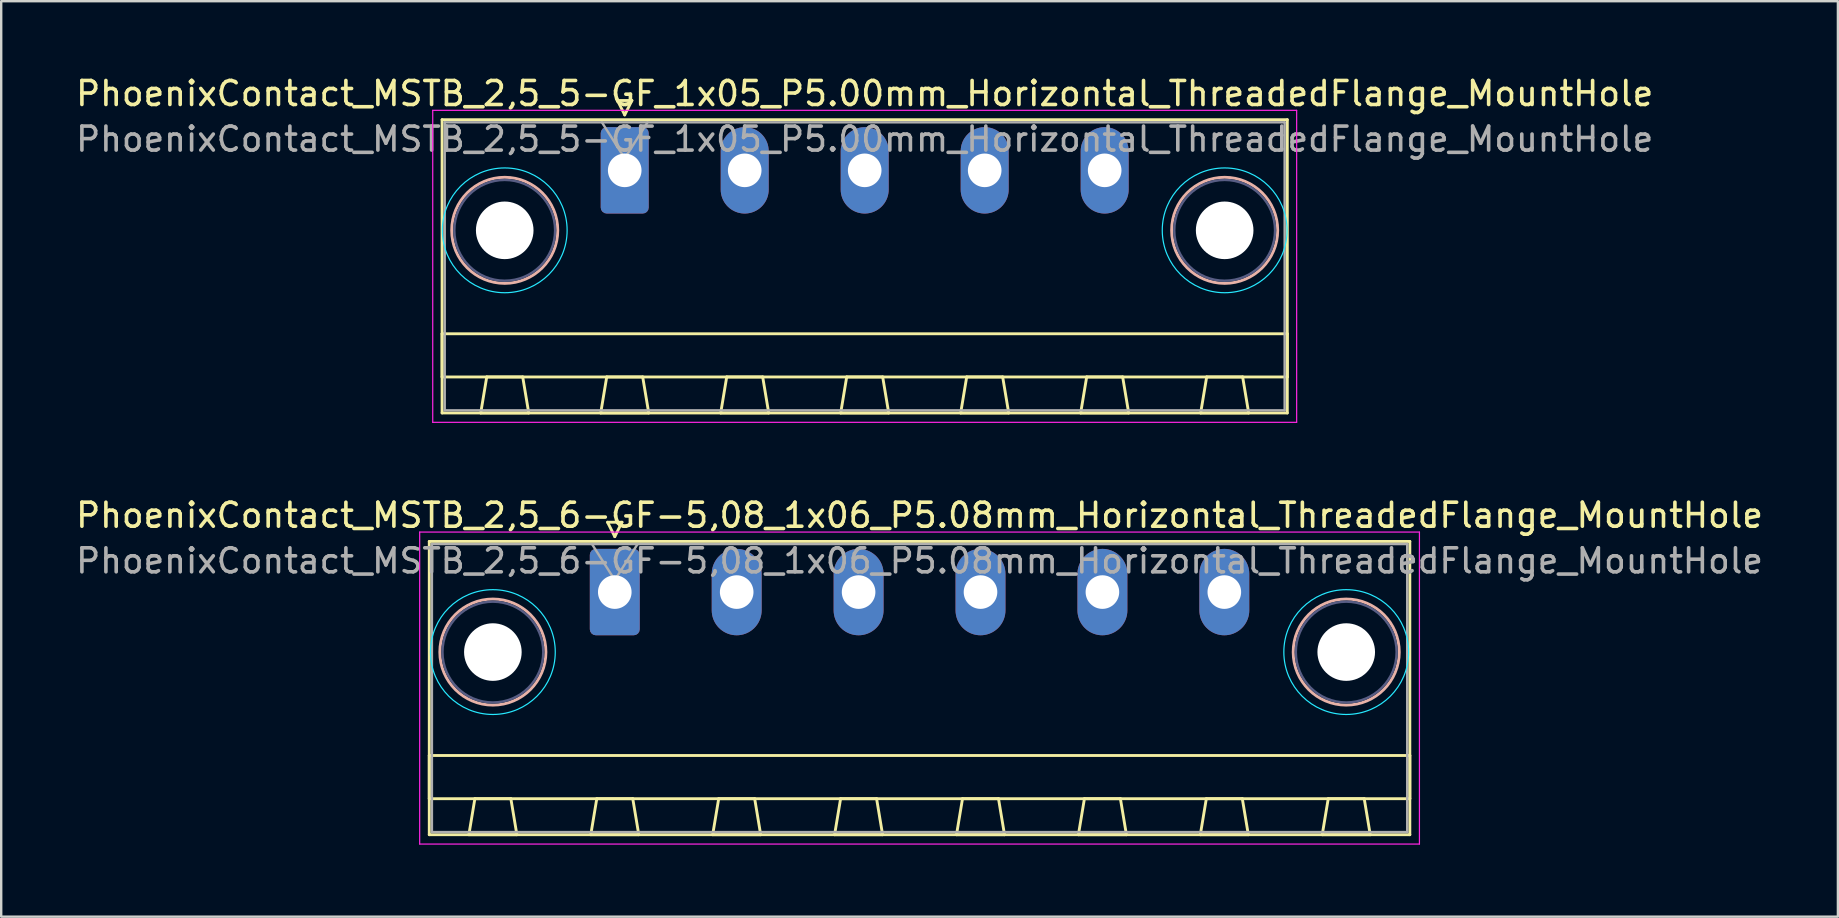
<source format=kicad_pcb>
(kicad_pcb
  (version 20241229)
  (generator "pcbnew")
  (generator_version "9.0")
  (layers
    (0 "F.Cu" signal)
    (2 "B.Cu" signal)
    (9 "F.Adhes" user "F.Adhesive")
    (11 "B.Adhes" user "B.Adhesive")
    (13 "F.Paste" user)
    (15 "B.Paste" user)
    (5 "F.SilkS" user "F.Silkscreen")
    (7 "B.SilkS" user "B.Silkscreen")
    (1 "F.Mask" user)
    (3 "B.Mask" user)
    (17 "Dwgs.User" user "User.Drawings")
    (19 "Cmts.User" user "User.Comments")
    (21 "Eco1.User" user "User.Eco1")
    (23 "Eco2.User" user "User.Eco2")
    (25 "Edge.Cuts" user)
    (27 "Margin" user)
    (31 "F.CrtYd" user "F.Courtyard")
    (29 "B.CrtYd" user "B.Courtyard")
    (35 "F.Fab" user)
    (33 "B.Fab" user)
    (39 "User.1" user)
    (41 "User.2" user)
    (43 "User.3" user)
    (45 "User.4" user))
  (footprint "PhoenixContact_MSTB_2,5_6-GF-5,08_1x06_P5.08mm_Horizontal_ThreadedFlange_MountHole"
    (layer "F.Cu")
    (at 22.568 21.622)
    (property "Reference" "PhoenixContact_MSTB_2,5_6-GF-5,08_1x06_P5.08mm_Horizontal_ThreadedFlange_MountHole" (at 12.7 -3.2 0) (layer "F.SilkS") (effects (font (size 1 1) (thickness 0.15))))
    (attr through_hole)
    (fp_line (start -7.73 -2.11) (end -7.73 10.11) (stroke (width 0.12) (type solid)) (layer "F.SilkS"))
    (fp_line (start -7.73 6.81) (end 33.13 6.81) (stroke (width 0.12) (type solid)) (layer "F.SilkS"))
    (fp_line (start -7.73 8.61) (end -7.73 6.81) (stroke (width 0.12) (type solid)) (layer "F.SilkS"))
    (fp_line (start -7.73 10.11) (end 33.13 10.11) (stroke (width 0.12) (type solid)) (layer "F.SilkS"))
    (fp_line (start -6.08 10.11) (end -4.08 10.11) (stroke (width 0.12) (type solid)) (layer "F.SilkS"))
    (fp_line (start -5.83 8.61) (end -6.08 10.11) (stroke (width 0.12) (type solid)) (layer "F.SilkS"))
    (fp_line (start -4.33 8.61) (end -5.83 8.61) (stroke (width 0.12) (type solid)) (layer "F.SilkS"))
    (fp_line (start -4.08 10.11) (end -4.33 8.61) (stroke (width 0.12) (type solid)) (layer "F.SilkS"))
    (fp_line (start -1 10.11) (end 1 10.11) (stroke (width 0.12) (type solid)) (layer "F.SilkS"))
    (fp_line (start -0.75 8.61) (end -1 10.11) (stroke (width 0.12) (type solid)) (layer "F.SilkS"))
    (fp_line (start -0.3 -2.91) (end 0.3 -2.91) (stroke (width 0.12) (type solid)) (layer "F.SilkS"))
    (fp_line (start 0 -2.31) (end -0.3 -2.91) (stroke (width 0.12) (type solid)) (layer "F.SilkS"))
    (fp_line (start 0.3 -2.91) (end 0 -2.31) (stroke (width 0.12) (type solid)) (layer "F.SilkS"))
    (fp_line (start 0.75 8.61) (end -0.75 8.61) (stroke (width 0.12) (type solid)) (layer "F.SilkS"))
    (fp_line (start 1 10.11) (end 0.75 8.61) (stroke (width 0.12) (type solid)) (layer "F.SilkS"))
    (fp_line (start 4.08 10.11) (end 6.08 10.11) (stroke (width 0.12) (type solid)) (layer "F.SilkS"))
    (fp_line (start 4.33 8.61) (end 4.08 10.11) (stroke (width 0.12) (type solid)) (layer "F.SilkS"))
    (fp_line (start 5.83 8.61) (end 4.33 8.61) (stroke (width 0.12) (type solid)) (layer "F.SilkS"))
    (fp_line (start 6.08 10.11) (end 5.83 8.61) (stroke (width 0.12) (type solid)) (layer "F.SilkS"))
    (fp_line (start 9.16 10.11) (end 11.16 10.11) (stroke (width 0.12) (type solid)) (layer "F.SilkS"))
    (fp_line (start 9.41 8.61) (end 9.16 10.11) (stroke (width 0.12) (type solid)) (layer "F.SilkS"))
    (fp_line (start 10.91 8.61) (end 9.41 8.61) (stroke (width 0.12) (type solid)) (layer "F.SilkS"))
    (fp_line (start 11.16 10.11) (end 10.91 8.61) (stroke (width 0.12) (type solid)) (layer "F.SilkS"))
    (fp_line (start 14.24 10.11) (end 16.24 10.11) (stroke (width 0.12) (type solid)) (layer "F.SilkS"))
    (fp_line (start 14.49 8.61) (end 14.24 10.11) (stroke (width 0.12) (type solid)) (layer "F.SilkS"))
    (fp_line (start 15.99 8.61) (end 14.49 8.61) (stroke (width 0.12) (type solid)) (layer "F.SilkS"))
    (fp_line (start 16.24 10.11) (end 15.99 8.61) (stroke (width 0.12) (type solid)) (layer "F.SilkS"))
    (fp_line (start 19.32 10.11) (end 21.32 10.11) (stroke (width 0.12) (type solid)) (layer "F.SilkS"))
    (fp_line (start 19.57 8.61) (end 19.32 10.11) (stroke (width 0.12) (type solid)) (layer "F.SilkS"))
    (fp_line (start 21.07 8.61) (end 19.57 8.61) (stroke (width 0.12) (type solid)) (layer "F.SilkS"))
    (fp_line (start 21.32 10.11) (end 21.07 8.61) (stroke (width 0.12) (type solid)) (layer "F.SilkS"))
    (fp_line (start 24.4 10.11) (end 26.4 10.11) (stroke (width 0.12) (type solid)) (layer "F.SilkS"))
    (fp_line (start 24.65 8.61) (end 24.4 10.11) (stroke (width 0.12) (type solid)) (layer "F.SilkS"))
    (fp_line (start 26.15 8.61) (end 24.65 8.61) (stroke (width 0.12) (type solid)) (layer "F.SilkS"))
    (fp_line (start 26.4 10.11) (end 26.15 8.61) (stroke (width 0.12) (type solid)) (layer "F.SilkS"))
    (fp_line (start 29.48 10.11) (end 31.48 10.11) (stroke (width 0.12) (type solid)) (layer "F.SilkS"))
    (fp_line (start 29.73 8.61) (end 29.48 10.11) (stroke (width 0.12) (type solid)) (layer "F.SilkS"))
    (fp_line (start 31.23 8.61) (end 29.73 8.61) (stroke (width 0.12) (type solid)) (layer "F.SilkS"))
    (fp_line (start 31.48 10.11) (end 31.23 8.61) (stroke (width 0.12) (type solid)) (layer "F.SilkS"))
    (fp_line (start 33.13 -2.11) (end -7.73 -2.11) (stroke (width 0.12) (type solid)) (layer "F.SilkS"))
    (fp_line (start 33.13 6.81) (end 33.13 8.61) (stroke (width 0.12) (type solid)) (layer "F.SilkS"))
    (fp_line (start 33.13 8.61) (end -7.73 8.61) (stroke (width 0.12) (type solid)) (layer "F.SilkS"))
    (fp_line (start 33.13 10.11) (end 33.13 -2.11) (stroke (width 0.12) (type solid)) (layer "F.SilkS"))
    (fp_circle (center -5.08 2.5) (end -2.87 2.5) (stroke (width 0.12) (type solid)) (fill no) (layer "B.SilkS"))
    (fp_circle (center 30.48 2.5) (end 32.69 2.5) (stroke (width 0.12) (type solid)) (fill no) (layer "B.SilkS"))
    (fp_circle (center -5.08 2.5) (end -2.48 2.5) (stroke (width 0.05) (type solid)) (fill no) (layer "B.CrtYd"))
    (fp_circle (center 30.48 2.5) (end 33.08 2.5) (stroke (width 0.05) (type solid)) (fill no) (layer "B.CrtYd"))
    (fp_line (start -8.13 -2.5) (end -8.13 10.5) (stroke (width 0.05) (type solid)) (layer "F.CrtYd"))
    (fp_line (start -8.13 10.5) (end 33.53 10.5) (stroke (width 0.05) (type solid)) (layer "F.CrtYd"))
    (fp_line (start 33.53 -2.5) (end -8.13 -2.5) (stroke (width 0.05) (type solid)) (layer "F.CrtYd"))
    (fp_line (start 33.53 10.5) (end 33.53 -2.5) (stroke (width 0.05) (type solid)) (layer "F.CrtYd"))
    (fp_circle (center -5.08 2.5) (end -2.98 2.5) (stroke (width 0.1) (type solid)) (fill no) (layer "B.Fab"))
    (fp_circle (center 30.48 2.5) (end 32.58 2.5) (stroke (width 0.1) (type solid)) (fill no) (layer "B.Fab"))
    (fp_line (start -7.62 -2) (end -7.62 10) (stroke (width 0.1) (type solid)) (layer "F.Fab"))
    (fp_line (start -7.62 10) (end 33.02 10) (stroke (width 0.1) (type solid)) (layer "F.Fab"))
    (fp_line (start 0 -0.5) (end -0.95 -2) (stroke (width 0.1) (type solid)) (layer "F.Fab"))
    (fp_line (start 0.95 -2) (end 0 -0.5) (stroke (width 0.1) (type solid)) (layer "F.Fab"))
    (fp_line (start 33.02 -2) (end -7.62 -2) (stroke (width 0.1) (type solid)) (layer "F.Fab"))
    (fp_line (start 33.02 10) (end 33.02 -2) (stroke (width 0.1) (type solid)) (layer "F.Fab"))
    (fp_text user "${REFERENCE}" (at 12.7 -1.3 0) (layer "F.Fab") (effects (font (size 1 1) (thickness 0.15))))
    (pad "" np_thru_hole circle (at -5.08 2.5) (size 2.4 2.4) (drill 2.4) (layers "*.Cu" "*.Mask"))
    (pad "" np_thru_hole circle (at 30.48 2.5) (size 2.4 2.4) (drill 2.4) (layers "*.Cu" "*.Mask"))
    (pad "1" thru_hole roundrect (at 0 0) (size 2.08 3.6) (drill 1.4) (layers "*.Cu" "*.Mask") (roundrect_rratio 0.12))
    (pad "2" thru_hole oval (at 5.08 0) (size 2.08 3.6) (drill 1.4) (layers "*.Cu" "*.Mask"))
    (pad "3" thru_hole oval (at 10.16 0) (size 2.08 3.6) (drill 1.4) (layers "*.Cu" "*.Mask"))
    (pad "4" thru_hole oval (at 15.24 0) (size 2.08 3.6) (drill 1.4) (layers "*.Cu" "*.Mask"))
    (pad "5" thru_hole oval (at 20.32 0) (size 2.08 3.6) (drill 1.4) (layers "*.Cu" "*.Mask"))
    (pad "6" thru_hole oval (at 25.4 0) (size 2.08 3.6) (drill 1.4) (layers "*.Cu" "*.Mask")))
  (footprint "PhoenixContact_MSTB_2,5_5-GF_1x05_P5.00mm_Horizontal_ThreadedFlange_MountHole"
    (layer "F.Cu")
    (at 22.982 4.048)
    (property "Reference" "PhoenixContact_MSTB_2,5_5-GF_1x05_P5.00mm_Horizontal_ThreadedFlange_MountHole" (at 10 -3.2 0) (layer "F.SilkS") (effects (font (size 1 1) (thickness 0.15))))
    (attr through_hole)
    (fp_line (start -7.61 -2.11) (end -7.61 10.11) (stroke (width 0.12) (type solid)) (layer "F.SilkS"))
    (fp_line (start -7.61 6.81) (end 27.61 6.81) (stroke (width 0.12) (type solid)) (layer "F.SilkS"))
    (fp_line (start -7.61 8.61) (end -7.61 6.81) (stroke (width 0.12) (type solid)) (layer "F.SilkS"))
    (fp_line (start -7.61 10.11) (end 27.61 10.11) (stroke (width 0.12) (type solid)) (layer "F.SilkS"))
    (fp_line (start -6 10.11) (end -4 10.11) (stroke (width 0.12) (type solid)) (layer "F.SilkS"))
    (fp_line (start -5.75 8.61) (end -6 10.11) (stroke (width 0.12) (type solid)) (layer "F.SilkS"))
    (fp_line (start -4.25 8.61) (end -5.75 8.61) (stroke (width 0.12) (type solid)) (layer "F.SilkS"))
    (fp_line (start -4 10.11) (end -4.25 8.61) (stroke (width 0.12) (type solid)) (layer "F.SilkS"))
    (fp_line (start -1 10.11) (end 1 10.11) (stroke (width 0.12) (type solid)) (layer "F.SilkS"))
    (fp_line (start -0.75 8.61) (end -1 10.11) (stroke (width 0.12) (type solid)) (layer "F.SilkS"))
    (fp_line (start -0.3 -2.91) (end 0.3 -2.91) (stroke (width 0.12) (type solid)) (layer "F.SilkS"))
    (fp_line (start 0 -2.31) (end -0.3 -2.91) (stroke (width 0.12) (type solid)) (layer "F.SilkS"))
    (fp_line (start 0.3 -2.91) (end 0 -2.31) (stroke (width 0.12) (type solid)) (layer "F.SilkS"))
    (fp_line (start 0.75 8.61) (end -0.75 8.61) (stroke (width 0.12) (type solid)) (layer "F.SilkS"))
    (fp_line (start 1 10.11) (end 0.75 8.61) (stroke (width 0.12) (type solid)) (layer "F.SilkS"))
    (fp_line (start 4 10.11) (end 6 10.11) (stroke (width 0.12) (type solid)) (layer "F.SilkS"))
    (fp_line (start 4.25 8.61) (end 4 10.11) (stroke (width 0.12) (type solid)) (layer "F.SilkS"))
    (fp_line (start 5.75 8.61) (end 4.25 8.61) (stroke (width 0.12) (type solid)) (layer "F.SilkS"))
    (fp_line (start 6 10.11) (end 5.75 8.61) (stroke (width 0.12) (type solid)) (layer "F.SilkS"))
    (fp_line (start 9 10.11) (end 11 10.11) (stroke (width 0.12) (type solid)) (layer "F.SilkS"))
    (fp_line (start 9.25 8.61) (end 9 10.11) (stroke (width 0.12) (type solid)) (layer "F.SilkS"))
    (fp_line (start 10.75 8.61) (end 9.25 8.61) (stroke (width 0.12) (type solid)) (layer "F.SilkS"))
    (fp_line (start 11 10.11) (end 10.75 8.61) (stroke (width 0.12) (type solid)) (layer "F.SilkS"))
    (fp_line (start 14 10.11) (end 16 10.11) (stroke (width 0.12) (type solid)) (layer "F.SilkS"))
    (fp_line (start 14.25 8.61) (end 14 10.11) (stroke (width 0.12) (type solid)) (layer "F.SilkS"))
    (fp_line (start 15.75 8.61) (end 14.25 8.61) (stroke (width 0.12) (type solid)) (layer "F.SilkS"))
    (fp_line (start 16 10.11) (end 15.75 8.61) (stroke (width 0.12) (type solid)) (layer "F.SilkS"))
    (fp_line (start 19 10.11) (end 21 10.11) (stroke (width 0.12) (type solid)) (layer "F.SilkS"))
    (fp_line (start 19.25 8.61) (end 19 10.11) (stroke (width 0.12) (type solid)) (layer "F.SilkS"))
    (fp_line (start 20.75 8.61) (end 19.25 8.61) (stroke (width 0.12) (type solid)) (layer "F.SilkS"))
    (fp_line (start 21 10.11) (end 20.75 8.61) (stroke (width 0.12) (type solid)) (layer "F.SilkS"))
    (fp_line (start 24 10.11) (end 26 10.11) (stroke (width 0.12) (type solid)) (layer "F.SilkS"))
    (fp_line (start 24.25 8.61) (end 24 10.11) (stroke (width 0.12) (type solid)) (layer "F.SilkS"))
    (fp_line (start 25.75 8.61) (end 24.25 8.61) (stroke (width 0.12) (type solid)) (layer "F.SilkS"))
    (fp_line (start 26 10.11) (end 25.75 8.61) (stroke (width 0.12) (type solid)) (layer "F.SilkS"))
    (fp_line (start 27.61 -2.11) (end -7.61 -2.11) (stroke (width 0.12) (type solid)) (layer "F.SilkS"))
    (fp_line (start 27.61 6.81) (end 27.61 8.61) (stroke (width 0.12) (type solid)) (layer "F.SilkS"))
    (fp_line (start 27.61 8.61) (end -7.61 8.61) (stroke (width 0.12) (type solid)) (layer "F.SilkS"))
    (fp_line (start 27.61 10.11) (end 27.61 -2.11) (stroke (width 0.12) (type solid)) (layer "F.SilkS"))
    (fp_circle (center -5 2.5) (end -2.79 2.5) (stroke (width 0.12) (type solid)) (fill no) (layer "B.SilkS"))
    (fp_circle (center 25 2.5) (end 27.21 2.5) (stroke (width 0.12) (type solid)) (fill no) (layer "B.SilkS"))
    (fp_circle (center -5 2.5) (end -2.4 2.5) (stroke (width 0.05) (type solid)) (fill no) (layer "B.CrtYd"))
    (fp_circle (center 25 2.5) (end 27.6 2.5) (stroke (width 0.05) (type solid)) (fill no) (layer "B.CrtYd"))
    (fp_line (start -8 -2.5) (end -8 10.5) (stroke (width 0.05) (type solid)) (layer "F.CrtYd"))
    (fp_line (start -8 10.5) (end 28 10.5) (stroke (width 0.05) (type solid)) (layer "F.CrtYd"))
    (fp_line (start 28 -2.5) (end -8 -2.5) (stroke (width 0.05) (type solid)) (layer "F.CrtYd"))
    (fp_line (start 28 10.5) (end 28 -2.5) (stroke (width 0.05) (type solid)) (layer "F.CrtYd"))
    (fp_circle (center -5 2.5) (end -2.9 2.5) (stroke (width 0.1) (type solid)) (fill no) (layer "B.Fab"))
    (fp_circle (center 25 2.5) (end 27.1 2.5) (stroke (width 0.1) (type solid)) (fill no) (layer "B.Fab"))
    (fp_line (start -7.5 -2) (end -7.5 10) (stroke (width 0.1) (type solid)) (layer "F.Fab"))
    (fp_line (start -7.5 10) (end 27.5 10) (stroke (width 0.1) (type solid)) (layer "F.Fab"))
    (fp_line (start 0 -0.5) (end -0.95 -2) (stroke (width 0.1) (type solid)) (layer "F.Fab"))
    (fp_line (start 0.95 -2) (end 0 -0.5) (stroke (width 0.1) (type solid)) (layer "F.Fab"))
    (fp_line (start 27.5 -2) (end -7.5 -2) (stroke (width 0.1) (type solid)) (layer "F.Fab"))
    (fp_line (start 27.5 10) (end 27.5 -2) (stroke (width 0.1) (type solid)) (layer "F.Fab"))
    (fp_text user "${REFERENCE}" (at 10 -1.3 0) (layer "F.Fab") (effects (font (size 1 1) (thickness 0.15))))
    (pad "" np_thru_hole circle (at -5 2.5) (size 2.4 2.4) (drill 2.4) (layers "*.Cu" "*.Mask"))
    (pad "" np_thru_hole circle (at 25 2.5) (size 2.4 2.4) (drill 2.4) (layers "*.Cu" "*.Mask"))
    (pad "1" thru_hole roundrect (at 0 0) (size 2 3.6) (drill 1.4) (layers "*.Cu" "*.Mask") (roundrect_rratio 0.125))
    (pad "2" thru_hole oval (at 5 0) (size 2 3.6) (drill 1.4) (layers "*.Cu" "*.Mask"))
    (pad "3" thru_hole oval (at 10 0) (size 2 3.6) (drill 1.4) (layers "*.Cu" "*.Mask"))
    (pad "4" thru_hole oval (at 15 0) (size 2 3.6) (drill 1.4) (layers "*.Cu" "*.Mask"))
    (pad "5" thru_hole oval (at 20 0) (size 2 3.6) (drill 1.4) (layers "*.Cu" "*.Mask")))
  (gr_rect
    (start -3 -3)
    (end 73.536 35.147)
    (stroke (width 0.1) (type default))
    (fill no)
    (layer "Edge.Cuts")))
</source>
